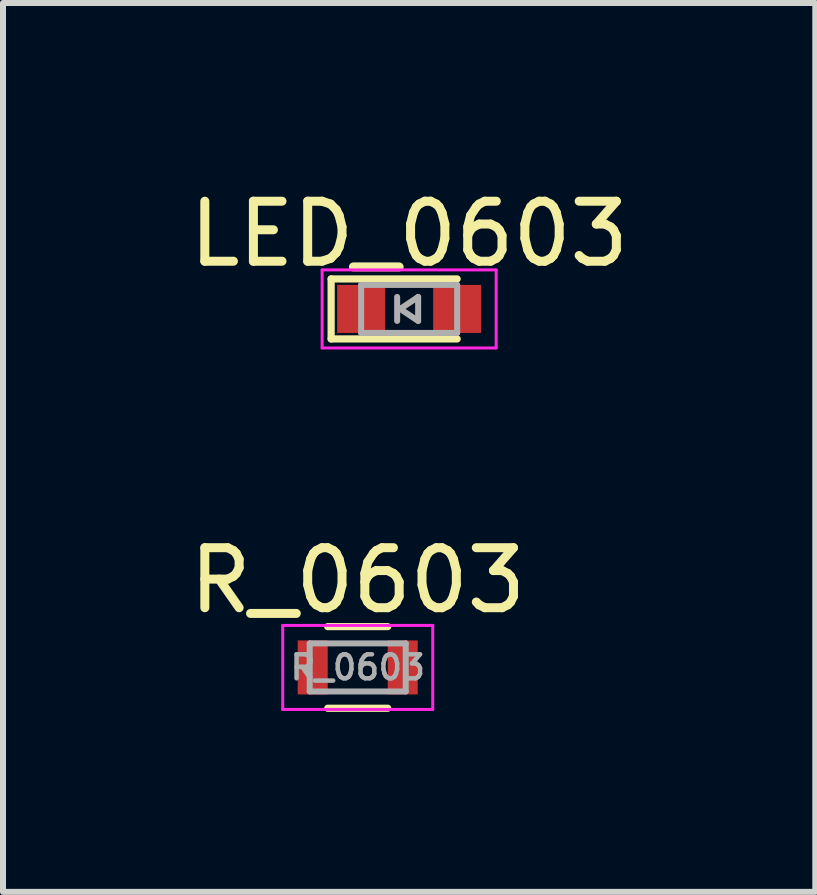
<source format=kicad_pcb>
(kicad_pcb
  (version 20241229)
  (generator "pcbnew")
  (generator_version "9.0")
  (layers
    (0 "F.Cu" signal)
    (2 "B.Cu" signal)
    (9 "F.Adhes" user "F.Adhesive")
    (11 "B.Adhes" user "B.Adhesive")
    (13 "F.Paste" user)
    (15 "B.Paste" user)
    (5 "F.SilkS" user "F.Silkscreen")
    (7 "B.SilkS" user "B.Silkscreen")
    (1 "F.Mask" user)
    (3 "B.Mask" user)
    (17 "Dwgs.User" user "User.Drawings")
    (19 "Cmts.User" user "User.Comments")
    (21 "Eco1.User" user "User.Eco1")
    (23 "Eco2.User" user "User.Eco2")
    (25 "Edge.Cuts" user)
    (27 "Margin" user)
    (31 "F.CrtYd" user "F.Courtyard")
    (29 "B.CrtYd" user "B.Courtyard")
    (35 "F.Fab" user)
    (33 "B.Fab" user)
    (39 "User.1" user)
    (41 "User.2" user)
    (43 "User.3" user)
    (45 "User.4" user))
  (footprint "LED_0603"
    (layer "F.Cu")
    (at 3.768 2.098)
    (property "Reference" "LED_0603" (at 0 -1.25 180) (layer "F.SilkS") (effects (font (size 1 1) (thickness 0.15))))
    (attr smd)
    (fp_line (start -1.3 -0.5) (end -1.3 0.5) (stroke (width 0.12) (type solid)) (layer "F.SilkS"))
    (fp_line (start -1.3 -0.5) (end 0.8 -0.5) (stroke (width 0.12) (type solid)) (layer "F.SilkS"))
    (fp_line (start -1.3 0.5) (end 0.8 0.5) (stroke (width 0.12) (type solid)) (layer "F.SilkS"))
    (fp_line (start -1.45 -0.65) (end 1.45 -0.65) (stroke (width 0.05) (type solid)) (layer "F.CrtYd"))
    (fp_line (start -1.45 0.65) (end -1.45 -0.65) (stroke (width 0.05) (type solid)) (layer "F.CrtYd"))
    (fp_line (start 1.45 -0.65) (end 1.45 0.65) (stroke (width 0.05) (type solid)) (layer "F.CrtYd"))
    (fp_line (start 1.45 0.65) (end -1.45 0.65) (stroke (width 0.05) (type solid)) (layer "F.CrtYd"))
    (fp_line (start -0.8 -0.4) (end 0.8 -0.4) (stroke (width 0.1) (type solid)) (layer "F.Fab"))
    (fp_line (start -0.8 0.4) (end -0.8 -0.4) (stroke (width 0.1) (type solid)) (layer "F.Fab"))
    (fp_line (start -0.2 -0.2) (end -0.2 0.2) (stroke (width 0.1) (type solid)) (layer "F.Fab"))
    (fp_line (start -0.15 0) (end 0.15 -0.2) (stroke (width 0.1) (type solid)) (layer "F.Fab"))
    (fp_line (start 0.15 -0.2) (end 0.15 0.2) (stroke (width 0.1) (type solid)) (layer "F.Fab"))
    (fp_line (start 0.15 0.2) (end -0.15 0) (stroke (width 0.1) (type solid)) (layer "F.Fab"))
    (fp_line (start 0.8 -0.4) (end 0.8 0.4) (stroke (width 0.1) (type solid)) (layer "F.Fab"))
    (fp_line (start 0.8 0.4) (end -0.8 0.4) (stroke (width 0.1) (type solid)) (layer "F.Fab"))
    (pad "1" smd rect (at -0.8 0 180) (size 0.8 0.8) (layers "F.Cu" "F.Mask" "F.Paste"))
    (pad "2" smd rect (at 0.8 0 180) (size 0.8 0.8) (layers "F.Cu" "F.Mask" "F.Paste")))
  (footprint "R_0603"
    (layer "F.Cu")
    (at 2.911 8.072)
    (property "Reference" "R_0603" (at 0 -1.45 0) (layer "F.SilkS") (effects (font (size 1 1) (thickness 0.15))))
    (attr smd)
    (fp_line (start -0.5 -0.68) (end 0.5 -0.68) (stroke (width 0.12) (type solid)) (layer "F.SilkS"))
    (fp_line (start 0.5 0.68) (end -0.5 0.68) (stroke (width 0.12) (type solid)) (layer "F.SilkS"))
    (fp_line (start -1.25 -0.7) (end -1.25 0.7) (stroke (width 0.05) (type solid)) (layer "F.CrtYd"))
    (fp_line (start -1.25 -0.7) (end 1.25 -0.7) (stroke (width 0.05) (type solid)) (layer "F.CrtYd"))
    (fp_line (start 1.25 0.7) (end -1.25 0.7) (stroke (width 0.05) (type solid)) (layer "F.CrtYd"))
    (fp_line (start 1.25 0.7) (end 1.25 -0.7) (stroke (width 0.05) (type solid)) (layer "F.CrtYd"))
    (fp_line (start -0.8 -0.4) (end 0.8 -0.4) (stroke (width 0.1) (type solid)) (layer "F.Fab"))
    (fp_line (start -0.8 0.4) (end -0.8 -0.4) (stroke (width 0.1) (type solid)) (layer "F.Fab"))
    (fp_line (start 0.8 -0.4) (end 0.8 0.4) (stroke (width 0.1) (type solid)) (layer "F.Fab"))
    (fp_line (start 0.8 0.4) (end -0.8 0.4) (stroke (width 0.1) (type solid)) (layer "F.Fab"))
    (fp_text user "${REFERENCE}" (at 0 0 0) (layer "F.Fab") (effects (font (size 0.4 0.4) (thickness 0.075))))
    (pad "1" smd rect (at -0.75 0) (size 0.5 0.9) (layers "F.Cu" "F.Mask" "F.Paste"))
    (pad "2" smd rect (at 0.75 0) (size 0.5 0.9) (layers "F.Cu" "F.Mask" "F.Paste")))
  (gr_rect
    (start -3 -3)
    (end 10.536 11.812)
    (stroke (width 0.1) (type default))
    (fill no)
    (layer "Edge.Cuts")))
</source>
